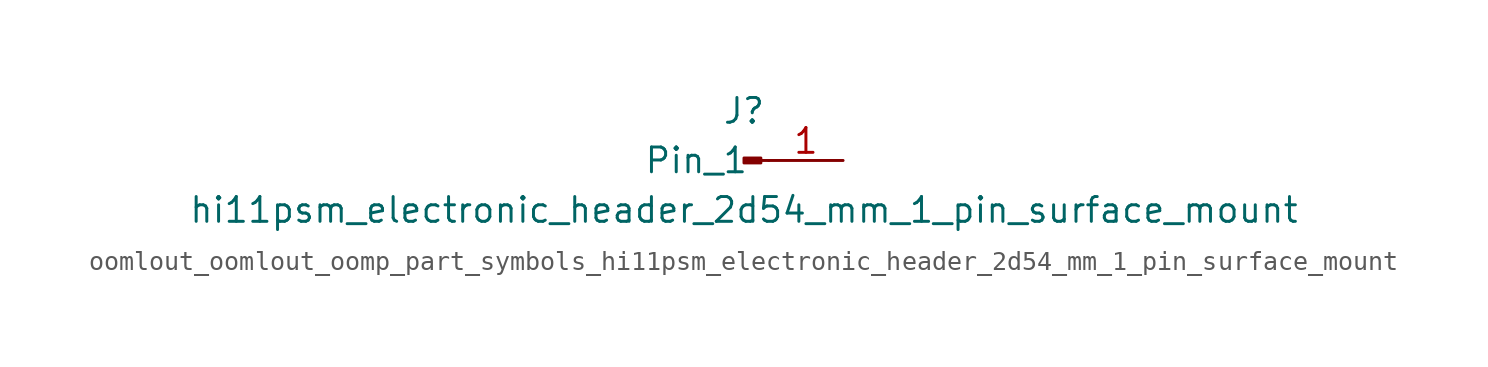
<source format=kicad_sym>
(kicad_symbol_lib
  (version 20220914)
  (generator kicad_symbol_editor)
  (symbol "oomlout_oomlout_oomp_part_symbols_hi11psm_electronic_header_2d54_mm_1_pin_surface_mount"
    (pin_names
      (offset 1.016))
    (property "Reference" "J"
      (at 0 2.54 0)
      (effects (font (size 1.27 1.27))))
    (property "Value" "hi11psm_electronic_header_2d54_mm_1_pin_surface_mount"
      (at 0 -2.54 0)
      (effects (font (size 1.27 1.27))))
    (property "ki_locked" ""
      (at 0 0 0)
      (effects (font (size 1.27 1.27))))
    (symbol "oomlout_oomlout_oomp_part_symbols_hi11psm_electronic_header_2d54_mm_1_pin_surface_mount_1_1"
      (polyline (pts (xy 1.27 0) (xy 0.864 0)) (stroke (width 0.152) (type default)) (fill (type none)))
      (rectangle (start 0.864 0.127) (end 0 -0.127) (stroke (width 0.152) (type default)) (fill (type outline)))
      (pin passive line (at 5.08 0 180) (length 3.81) (name "Pin_1" (effects (font (size 1.27 1.27)))) (number "1" (effects (font (size 1.27 1.27))))))))
</source>
